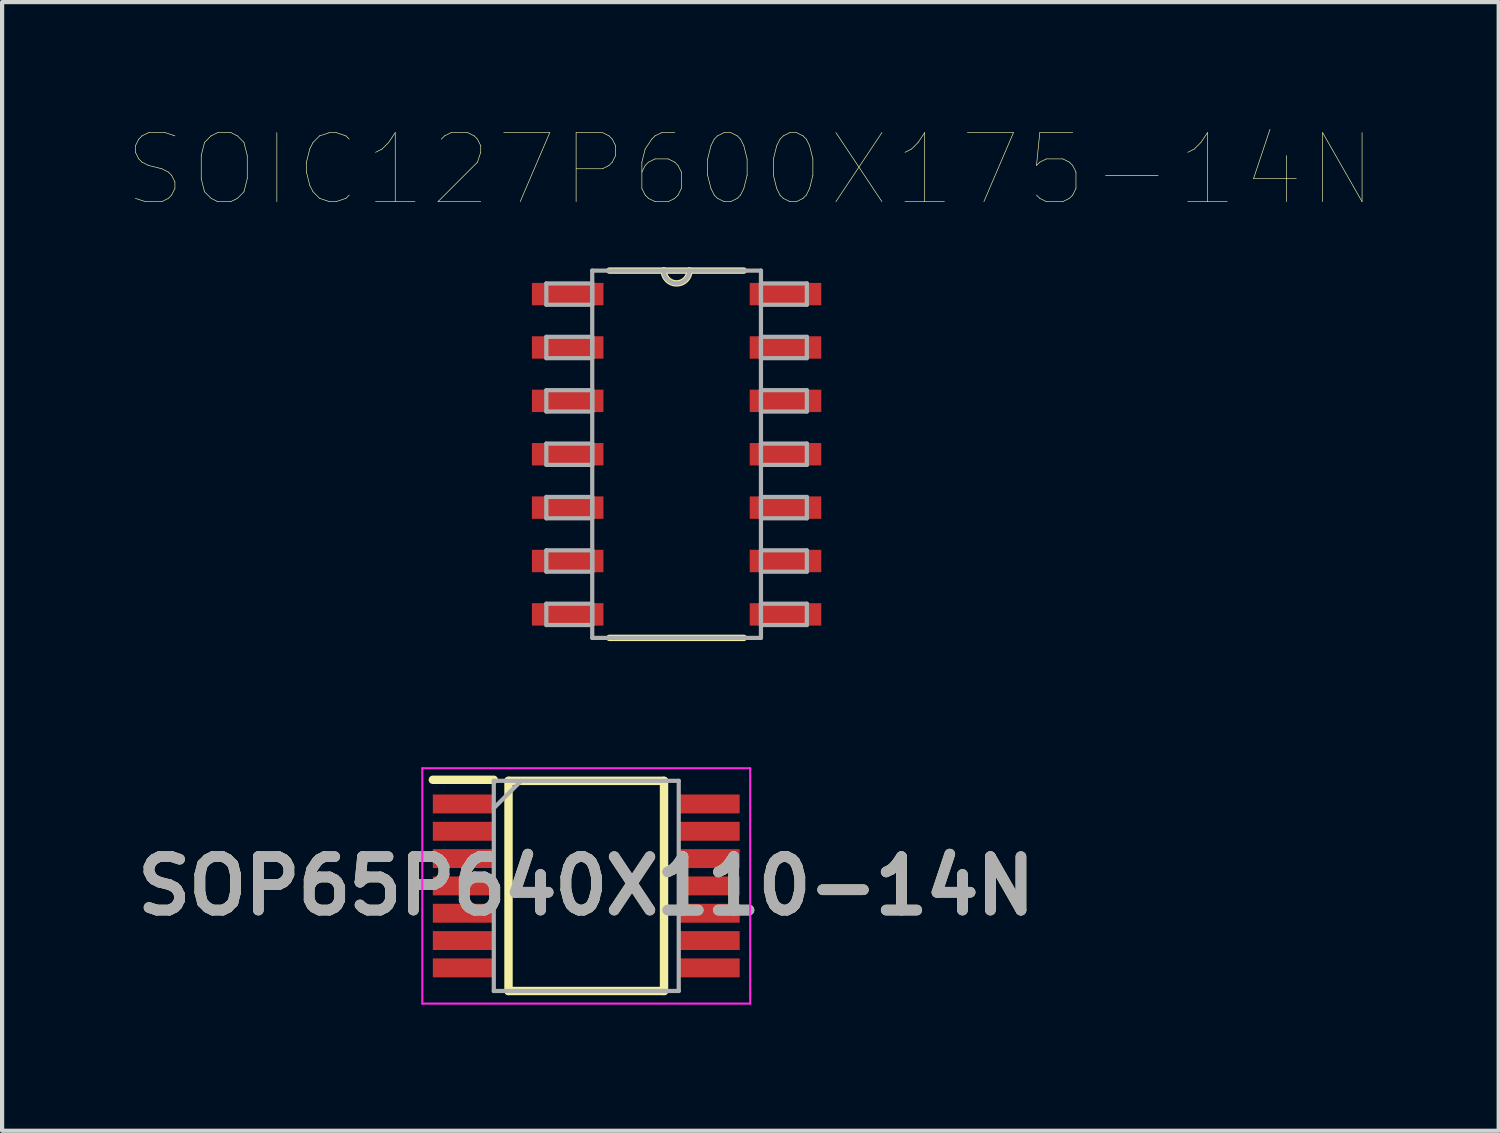
<source format=kicad_pcb>
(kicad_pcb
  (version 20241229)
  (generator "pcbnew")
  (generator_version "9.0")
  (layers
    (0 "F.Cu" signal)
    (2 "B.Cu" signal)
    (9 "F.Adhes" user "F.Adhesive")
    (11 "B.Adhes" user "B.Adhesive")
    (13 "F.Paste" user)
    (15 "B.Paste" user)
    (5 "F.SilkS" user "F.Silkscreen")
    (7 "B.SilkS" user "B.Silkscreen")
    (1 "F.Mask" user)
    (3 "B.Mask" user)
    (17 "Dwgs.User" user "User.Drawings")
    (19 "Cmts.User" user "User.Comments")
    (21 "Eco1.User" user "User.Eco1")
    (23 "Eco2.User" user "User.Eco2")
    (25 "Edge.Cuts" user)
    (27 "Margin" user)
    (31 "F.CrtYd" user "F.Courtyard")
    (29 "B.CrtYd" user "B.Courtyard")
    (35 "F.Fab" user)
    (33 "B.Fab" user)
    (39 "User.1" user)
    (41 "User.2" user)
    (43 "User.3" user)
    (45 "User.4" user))
  (footprint "SOIC127P600X175-14N"
    (layer "F.Cu")
    (at 13.047 7.757)
    (property "Reference" "SOIC127P600X175-14N" (at 1.756 -6.769 0) (layer "F.SilkS") (effects (font (size 1.643 1.643) (thickness 0.015))))
    (attr through_hole)
    (fp_line (start -1.6 4.369) (end 1.6 4.369) (stroke (width 0.152) (type solid)) (layer "F.SilkS"))
    (fp_line (start -0.305 -4.369) (end -1.6 -4.369) (stroke (width 0.152) (type solid)) (layer "F.SilkS"))
    (fp_line (start 0.305 -4.369) (end -0.305 -4.369) (stroke (width 0.152) (type solid)) (layer "F.SilkS"))
    (fp_line (start 1.6 -4.369) (end 0.305 -4.369) (stroke (width 0.152) (type solid)) (layer "F.SilkS"))
    (fp_arc (start 0.3048 -4.3688) (mid 0 -4.064) (end -0.3048 -4.3688) (stroke (width 0.1524) (type solid)) (layer "F.SilkS"))
    (fp_line (start -3.099 -4.064) (end -3.099 -3.556) (stroke (width 0.1) (type solid)) (layer "F.Fab"))
    (fp_line (start -3.099 -3.556) (end -2.007 -3.556) (stroke (width 0.1) (type solid)) (layer "F.Fab"))
    (fp_line (start -3.099 -2.794) (end -3.099 -2.286) (stroke (width 0.1) (type solid)) (layer "F.Fab"))
    (fp_line (start -3.099 -2.286) (end -2.007 -2.286) (stroke (width 0.1) (type solid)) (layer "F.Fab"))
    (fp_line (start -3.099 -1.524) (end -3.099 -1.016) (stroke (width 0.1) (type solid)) (layer "F.Fab"))
    (fp_line (start -3.099 -1.016) (end -2.007 -1.016) (stroke (width 0.1) (type solid)) (layer "F.Fab"))
    (fp_line (start -3.099 -0.254) (end -3.099 0.254) (stroke (width 0.1) (type solid)) (layer "F.Fab"))
    (fp_line (start -3.099 0.254) (end -2.007 0.254) (stroke (width 0.1) (type solid)) (layer "F.Fab"))
    (fp_line (start -3.099 1.016) (end -3.099 1.524) (stroke (width 0.1) (type solid)) (layer "F.Fab"))
    (fp_line (start -3.099 1.524) (end -2.007 1.524) (stroke (width 0.1) (type solid)) (layer "F.Fab"))
    (fp_line (start -3.099 2.286) (end -3.099 2.794) (stroke (width 0.1) (type solid)) (layer "F.Fab"))
    (fp_line (start -3.099 2.794) (end -2.007 2.794) (stroke (width 0.1) (type solid)) (layer "F.Fab"))
    (fp_line (start -3.099 3.556) (end -3.099 4.064) (stroke (width 0.1) (type solid)) (layer "F.Fab"))
    (fp_line (start -3.099 4.064) (end -2.007 4.064) (stroke (width 0.1) (type solid)) (layer "F.Fab"))
    (fp_line (start -2.007 -4.369) (end -2.007 4.369) (stroke (width 0.1) (type solid)) (layer "F.Fab"))
    (fp_line (start -2.007 -4.064) (end -3.099 -4.064) (stroke (width 0.1) (type solid)) (layer "F.Fab"))
    (fp_line (start -2.007 -3.556) (end -2.007 -4.064) (stroke (width 0.1) (type solid)) (layer "F.Fab"))
    (fp_line (start -2.007 -2.794) (end -3.099 -2.794) (stroke (width 0.1) (type solid)) (layer "F.Fab"))
    (fp_line (start -2.007 -2.286) (end -2.007 -2.794) (stroke (width 0.1) (type solid)) (layer "F.Fab"))
    (fp_line (start -2.007 -1.524) (end -3.099 -1.524) (stroke (width 0.1) (type solid)) (layer "F.Fab"))
    (fp_line (start -2.007 -1.016) (end -2.007 -1.524) (stroke (width 0.1) (type solid)) (layer "F.Fab"))
    (fp_line (start -2.007 -0.254) (end -3.099 -0.254) (stroke (width 0.1) (type solid)) (layer "F.Fab"))
    (fp_line (start -2.007 0.254) (end -2.007 -0.254) (stroke (width 0.1) (type solid)) (layer "F.Fab"))
    (fp_line (start -2.007 1.016) (end -3.099 1.016) (stroke (width 0.1) (type solid)) (layer "F.Fab"))
    (fp_line (start -2.007 1.524) (end -2.007 1.016) (stroke (width 0.1) (type solid)) (layer "F.Fab"))
    (fp_line (start -2.007 2.286) (end -3.099 2.286) (stroke (width 0.1) (type solid)) (layer "F.Fab"))
    (fp_line (start -2.007 2.794) (end -2.007 2.286) (stroke (width 0.1) (type solid)) (layer "F.Fab"))
    (fp_line (start -2.007 3.556) (end -3.099 3.556) (stroke (width 0.1) (type solid)) (layer "F.Fab"))
    (fp_line (start -2.007 4.064) (end -2.007 3.556) (stroke (width 0.1) (type solid)) (layer "F.Fab"))
    (fp_line (start -2.007 4.369) (end 2.007 4.369) (stroke (width 0.1) (type solid)) (layer "F.Fab"))
    (fp_line (start -0.305 -4.369) (end -2.007 -4.369) (stroke (width 0.1) (type solid)) (layer "F.Fab"))
    (fp_line (start 0.305 -4.369) (end -0.305 -4.369) (stroke (width 0.1) (type solid)) (layer "F.Fab"))
    (fp_line (start 2.007 -4.369) (end 0.305 -4.369) (stroke (width 0.1) (type solid)) (layer "F.Fab"))
    (fp_line (start 2.007 -4.064) (end 2.007 -3.556) (stroke (width 0.1) (type solid)) (layer "F.Fab"))
    (fp_line (start 2.007 -3.556) (end 3.099 -3.556) (stroke (width 0.1) (type solid)) (layer "F.Fab"))
    (fp_line (start 2.007 -2.794) (end 2.007 -2.286) (stroke (width 0.1) (type solid)) (layer "F.Fab"))
    (fp_line (start 2.007 -2.286) (end 3.099 -2.286) (stroke (width 0.1) (type solid)) (layer "F.Fab"))
    (fp_line (start 2.007 -1.524) (end 2.007 -1.016) (stroke (width 0.1) (type solid)) (layer "F.Fab"))
    (fp_line (start 2.007 -1.016) (end 3.099 -1.016) (stroke (width 0.1) (type solid)) (layer "F.Fab"))
    (fp_line (start 2.007 -0.254) (end 2.007 0.254) (stroke (width 0.1) (type solid)) (layer "F.Fab"))
    (fp_line (start 2.007 0.254) (end 3.099 0.254) (stroke (width 0.1) (type solid)) (layer "F.Fab"))
    (fp_line (start 2.007 1.016) (end 2.007 1.524) (stroke (width 0.1) (type solid)) (layer "F.Fab"))
    (fp_line (start 2.007 1.524) (end 3.099 1.524) (stroke (width 0.1) (type solid)) (layer "F.Fab"))
    (fp_line (start 2.007 2.286) (end 2.007 2.794) (stroke (width 0.1) (type solid)) (layer "F.Fab"))
    (fp_line (start 2.007 2.794) (end 3.099 2.794) (stroke (width 0.1) (type solid)) (layer "F.Fab"))
    (fp_line (start 2.007 3.556) (end 2.007 4.064) (stroke (width 0.1) (type solid)) (layer "F.Fab"))
    (fp_line (start 2.007 4.064) (end 3.099 4.064) (stroke (width 0.1) (type solid)) (layer "F.Fab"))
    (fp_line (start 2.007 4.369) (end 2.007 -4.369) (stroke (width 0.1) (type solid)) (layer "F.Fab"))
    (fp_line (start 3.099 -4.064) (end 2.007 -4.064) (stroke (width 0.1) (type solid)) (layer "F.Fab"))
    (fp_line (start 3.099 -3.556) (end 3.099 -4.064) (stroke (width 0.1) (type solid)) (layer "F.Fab"))
    (fp_line (start 3.099 -2.794) (end 2.007 -2.794) (stroke (width 0.1) (type solid)) (layer "F.Fab"))
    (fp_line (start 3.099 -2.286) (end 3.099 -2.794) (stroke (width 0.1) (type solid)) (layer "F.Fab"))
    (fp_line (start 3.099 -1.524) (end 2.007 -1.524) (stroke (width 0.1) (type solid)) (layer "F.Fab"))
    (fp_line (start 3.099 -1.016) (end 3.099 -1.524) (stroke (width 0.1) (type solid)) (layer "F.Fab"))
    (fp_line (start 3.099 -0.254) (end 2.007 -0.254) (stroke (width 0.1) (type solid)) (layer "F.Fab"))
    (fp_line (start 3.099 0.254) (end 3.099 -0.254) (stroke (width 0.1) (type solid)) (layer "F.Fab"))
    (fp_line (start 3.099 1.016) (end 2.007 1.016) (stroke (width 0.1) (type solid)) (layer "F.Fab"))
    (fp_line (start 3.099 1.524) (end 3.099 1.016) (stroke (width 0.1) (type solid)) (layer "F.Fab"))
    (fp_line (start 3.099 2.286) (end 2.007 2.286) (stroke (width 0.1) (type solid)) (layer "F.Fab"))
    (fp_line (start 3.099 2.794) (end 3.099 2.286) (stroke (width 0.1) (type solid)) (layer "F.Fab"))
    (fp_line (start 3.099 3.556) (end 2.007 3.556) (stroke (width 0.1) (type solid)) (layer "F.Fab"))
    (fp_line (start 3.099 4.064) (end 3.099 3.556) (stroke (width 0.1) (type solid)) (layer "F.Fab"))
    (fp_arc (start 0.3048 -4.3688) (mid 0 -4.064) (end -0.3048 -4.3688) (stroke (width 0.1) (type solid)) (layer "F.Fab"))
    (pad "1" smd rect (at -2.591 -3.81) (size 1.702 0.533) (layers "F.Cu" "F.Mask" "F.Paste"))
    (pad "2" smd rect (at -2.591 -2.54) (size 1.702 0.533) (layers "F.Cu" "F.Mask" "F.Paste"))
    (pad "3" smd rect (at -2.591 -1.27) (size 1.702 0.533) (layers "F.Cu" "F.Mask" "F.Paste"))
    (pad "4" smd rect (at -2.591 0) (size 1.702 0.533) (layers "F.Cu" "F.Mask" "F.Paste"))
    (pad "5" smd rect (at -2.591 1.27) (size 1.702 0.533) (layers "F.Cu" "F.Mask" "F.Paste"))
    (pad "6" smd rect (at -2.591 2.54) (size 1.702 0.533) (layers "F.Cu" "F.Mask" "F.Paste"))
    (pad "7" smd rect (at -2.591 3.81) (size 1.702 0.533) (layers "F.Cu" "F.Mask" "F.Paste"))
    (pad "8" smd rect (at 2.591 3.81) (size 1.702 0.533) (layers "F.Cu" "F.Mask" "F.Paste"))
    (pad "9" smd rect (at 2.591 2.54) (size 1.702 0.533) (layers "F.Cu" "F.Mask" "F.Paste"))
    (pad "10" smd rect (at 2.591 1.27) (size 1.702 0.533) (layers "F.Cu" "F.Mask" "F.Paste"))
    (pad "11" smd rect (at 2.591 0) (size 1.702 0.533) (layers "F.Cu" "F.Mask" "F.Paste"))
    (pad "12" smd rect (at 2.591 -1.27) (size 1.702 0.533) (layers "F.Cu" "F.Mask" "F.Paste"))
    (pad "13" smd rect (at 2.591 -2.54) (size 1.702 0.533) (layers "F.Cu" "F.Mask" "F.Paste"))
    (pad "14" smd rect (at 2.591 -3.81) (size 1.702 0.533) (layers "F.Cu" "F.Mask" "F.Paste")))
  (footprint "SOP65P640X110-14N"
    (layer "F.Cu")
    (at 10.898 18.027)
    (property "Reference" "SOP65P640X110-14N" (at 0 0 0) (layer "F.SilkS") (effects (font (size 1.27 1.27) (thickness 0.254))))
    (attr smd)
    (fp_line (start -3.65 -2.525) (end -2.2 -2.525) (stroke (width 0.2) (type solid)) (layer "F.SilkS"))
    (fp_line (start -1.85 -2.5) (end 1.85 -2.5) (stroke (width 0.2) (type solid)) (layer "F.SilkS"))
    (fp_line (start -1.85 2.5) (end -1.85 -2.5) (stroke (width 0.2) (type solid)) (layer "F.SilkS"))
    (fp_line (start 1.85 -2.5) (end 1.85 2.5) (stroke (width 0.2) (type solid)) (layer "F.SilkS"))
    (fp_line (start 1.85 2.5) (end -1.85 2.5) (stroke (width 0.2) (type solid)) (layer "F.SilkS"))
    (fp_line (start -3.9 -2.8) (end 3.9 -2.8) (stroke (width 0.05) (type solid)) (layer "F.CrtYd"))
    (fp_line (start -3.9 2.8) (end -3.9 -2.8) (stroke (width 0.05) (type solid)) (layer "F.CrtYd"))
    (fp_line (start 3.9 -2.8) (end 3.9 2.8) (stroke (width 0.05) (type solid)) (layer "F.CrtYd"))
    (fp_line (start 3.9 2.8) (end -3.9 2.8) (stroke (width 0.05) (type solid)) (layer "F.CrtYd"))
    (fp_line (start -2.2 -2.5) (end 2.2 -2.5) (stroke (width 0.1) (type solid)) (layer "F.Fab"))
    (fp_line (start -2.2 -1.85) (end -1.55 -2.5) (stroke (width 0.1) (type solid)) (layer "F.Fab"))
    (fp_line (start -2.2 2.5) (end -2.2 -2.5) (stroke (width 0.1) (type solid)) (layer "F.Fab"))
    (fp_line (start 2.2 -2.5) (end 2.2 2.5) (stroke (width 0.1) (type solid)) (layer "F.Fab"))
    (fp_line (start 2.2 2.5) (end -2.2 2.5) (stroke (width 0.1) (type solid)) (layer "F.Fab"))
    (fp_text user "${REFERENCE}" (at 0 0 0) (layer "F.Fab") (effects (font (size 1.27 1.27) (thickness 0.254))))
    (pad "1" smd rect (at -2.925 -1.95 90) (size 0.45 1.45) (layers "F.Cu" "F.Mask" "F.Paste"))
    (pad "2" smd rect (at -2.925 -1.3 90) (size 0.45 1.45) (layers "F.Cu" "F.Mask" "F.Paste"))
    (pad "3" smd rect (at -2.925 -0.65 90) (size 0.45 1.45) (layers "F.Cu" "F.Mask" "F.Paste"))
    (pad "4" smd rect (at -2.925 0 90) (size 0.45 1.45) (layers "F.Cu" "F.Mask" "F.Paste"))
    (pad "5" smd rect (at -2.925 0.65 90) (size 0.45 1.45) (layers "F.Cu" "F.Mask" "F.Paste"))
    (pad "6" smd rect (at -2.925 1.3 90) (size 0.45 1.45) (layers "F.Cu" "F.Mask" "F.Paste"))
    (pad "7" smd rect (at -2.925 1.95 90) (size 0.45 1.45) (layers "F.Cu" "F.Mask" "F.Paste"))
    (pad "8" smd rect (at 2.925 1.95 90) (size 0.45 1.45) (layers "F.Cu" "F.Mask" "F.Paste"))
    (pad "9" smd rect (at 2.925 1.3 90) (size 0.45 1.45) (layers "F.Cu" "F.Mask" "F.Paste"))
    (pad "10" smd rect (at 2.925 0.65 90) (size 0.45 1.45) (layers "F.Cu" "F.Mask" "F.Paste"))
    (pad "11" smd rect (at 2.925 0 90) (size 0.45 1.45) (layers "F.Cu" "F.Mask" "F.Paste"))
    (pad "12" smd rect (at 2.925 -0.65 90) (size 0.45 1.45) (layers "F.Cu" "F.Mask" "F.Paste"))
    (pad "13" smd rect (at 2.925 -1.3 90) (size 0.45 1.45) (layers "F.Cu" "F.Mask" "F.Paste"))
    (pad "14" smd rect (at 2.925 -1.95 90) (size 0.45 1.45) (layers "F.Cu" "F.Mask" "F.Paste")))
  (gr_rect
    (start -3 -3)
    (end 32.606 23.852)
    (stroke (width 0.1) (type default))
    (fill no)
    (layer "Edge.Cuts")))
</source>
